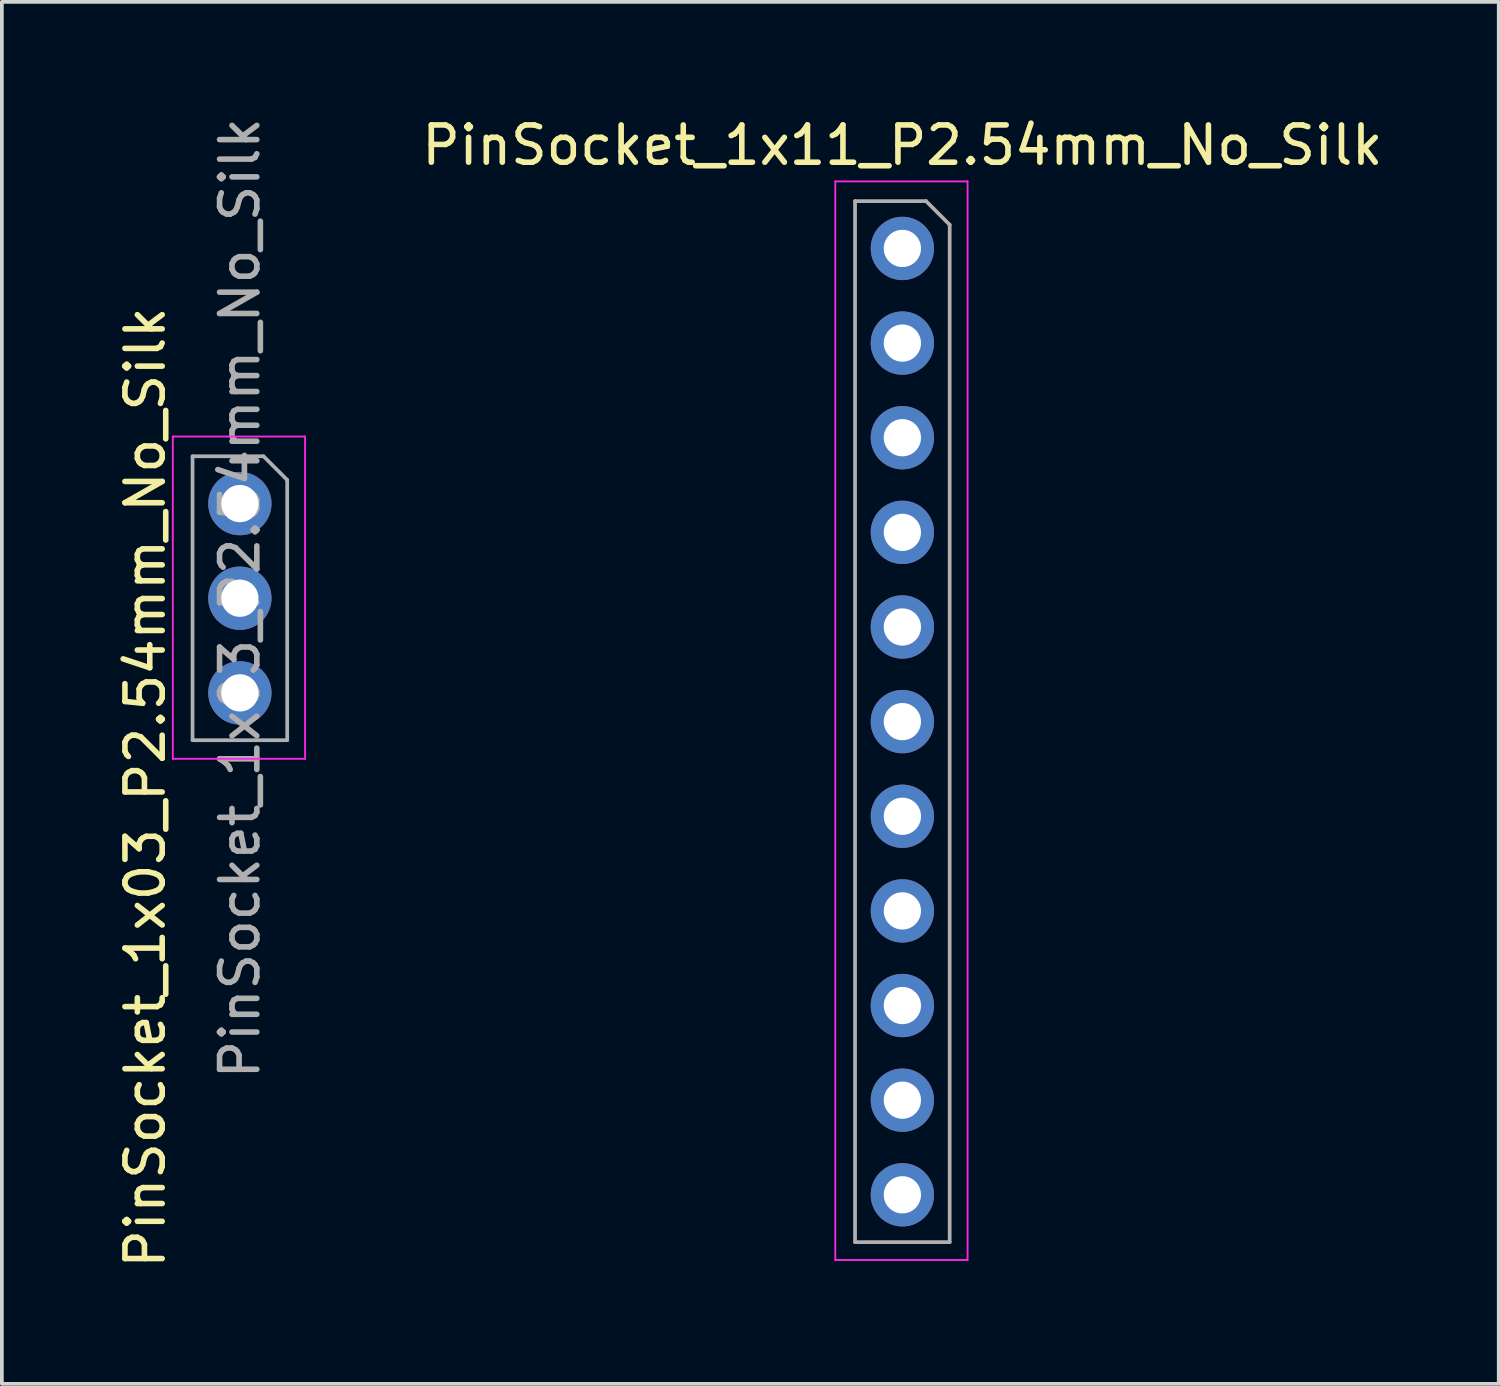
<source format=kicad_pcb>
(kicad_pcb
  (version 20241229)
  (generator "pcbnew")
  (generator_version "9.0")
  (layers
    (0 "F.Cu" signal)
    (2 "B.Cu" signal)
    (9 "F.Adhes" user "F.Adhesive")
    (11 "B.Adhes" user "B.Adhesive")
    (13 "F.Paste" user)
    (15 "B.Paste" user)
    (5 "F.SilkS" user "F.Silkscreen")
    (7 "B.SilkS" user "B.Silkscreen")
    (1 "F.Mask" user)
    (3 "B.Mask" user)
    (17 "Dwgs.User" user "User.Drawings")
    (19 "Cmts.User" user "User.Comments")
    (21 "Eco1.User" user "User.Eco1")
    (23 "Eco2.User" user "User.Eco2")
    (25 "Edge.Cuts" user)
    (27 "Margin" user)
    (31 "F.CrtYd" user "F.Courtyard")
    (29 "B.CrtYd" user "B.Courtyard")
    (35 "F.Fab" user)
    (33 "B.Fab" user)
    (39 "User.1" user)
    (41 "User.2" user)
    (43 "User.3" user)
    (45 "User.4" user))
  (footprint "PinSocket_1x11_P2.54mm_No_Silk"
    (layer "F.Cu")
    (at 21.169 3.618)
    (property "Reference" "PinSocket_1x11_P2.54mm_No_Silk" (at 0 -2.77 0) (layer "F.SilkS") (effects (font (size 1 1) (thickness 0.15))))
    (attr through_hole)
    (fp_line (start -1.8 -1.8) (end 1.75 -1.8) (stroke (width 0.05) (type solid)) (layer "F.CrtYd"))
    (fp_line (start -1.8 27.15) (end -1.8 -1.8) (stroke (width 0.05) (type solid)) (layer "F.CrtYd"))
    (fp_line (start 1.75 -1.8) (end 1.75 27.15) (stroke (width 0.05) (type solid)) (layer "F.CrtYd"))
    (fp_line (start 1.75 27.15) (end -1.8 27.15) (stroke (width 0.05) (type solid)) (layer "F.CrtYd"))
    (fp_line (start -1.27 -1.27) (end 0.635 -1.27) (stroke (width 0.1) (type solid)) (layer "F.Fab"))
    (fp_line (start -1.27 26.67) (end -1.27 -1.27) (stroke (width 0.1) (type solid)) (layer "F.Fab"))
    (fp_line (start 0.635 -1.27) (end 1.27 -0.635) (stroke (width 0.1) (type solid)) (layer "F.Fab"))
    (fp_line (start 1.27 -0.635) (end 1.27 26.67) (stroke (width 0.1) (type solid)) (layer "F.Fab"))
    (fp_line (start 1.27 26.67) (end -1.27 26.67) (stroke (width 0.1) (type solid)) (layer "F.Fab"))
    (pad "1" thru_hole circle (at 0 0) (size 1.7 1.7) (drill 1) (layers "*.Cu" "*.Mask"))
    (pad "2" thru_hole oval (at 0 2.54) (size 1.7 1.7) (drill 1) (layers "*.Cu" "*.Mask"))
    (pad "3" thru_hole oval (at 0 5.08) (size 1.7 1.7) (drill 1) (layers "*.Cu" "*.Mask"))
    (pad "4" thru_hole oval (at 0 7.62) (size 1.7 1.7) (drill 1) (layers "*.Cu" "*.Mask"))
    (pad "5" thru_hole oval (at 0 10.16) (size 1.7 1.7) (drill 1) (layers "*.Cu" "*.Mask"))
    (pad "6" thru_hole oval (at 0 12.7) (size 1.7 1.7) (drill 1) (layers "*.Cu" "*.Mask"))
    (pad "7" thru_hole oval (at 0 15.24) (size 1.7 1.7) (drill 1) (layers "*.Cu" "*.Mask"))
    (pad "8" thru_hole oval (at 0 17.78) (size 1.7 1.7) (drill 1) (layers "*.Cu" "*.Mask"))
    (pad "9" thru_hole oval (at 0 20.32) (size 1.7 1.7) (drill 1) (layers "*.Cu" "*.Mask"))
    (pad "10" thru_hole oval (at 0 22.86) (size 1.7 1.7) (drill 1) (layers "*.Cu" "*.Mask"))
    (pad "11" thru_hole oval (at 0 25.4) (size 1.7 1.7) (drill 1) (layers "*.Cu" "*.Mask")))
  (footprint "PinSocket_1x03_P2.54mm_No_Silk"
    (layer "F.Cu")
    (at 3.388 10.466)
    (property "Reference" "PinSocket_1x03_P2.54mm_No_Silk" (at -2.54 7.62 90) (layer "F.SilkS") (effects (font (size 1 1) (thickness 0.15))))
    (attr through_hole)
    (fp_line (start -1.8 -1.8) (end 1.75 -1.8) (stroke (width 0.05) (type solid)) (layer "F.CrtYd"))
    (fp_line (start -1.8 6.85) (end -1.8 -1.8) (stroke (width 0.05) (type solid)) (layer "F.CrtYd"))
    (fp_line (start 1.75 6.85) (end -1.8 6.85) (stroke (width 0.05) (type solid)) (layer "F.CrtYd"))
    (fp_line (start 1.75 -1.8) (end 1.75 6.85) (stroke (width 0.05) (type solid)) (layer "F.CrtYd"))
    (fp_line (start -1.27 6.35) (end -1.27 -1.27) (stroke (width 0.1) (type solid)) (layer "F.Fab"))
    (fp_line (start -1.27 -1.27) (end 0.635 -1.27) (stroke (width 0.1) (type solid)) (layer "F.Fab"))
    (fp_line (start 0.635 -1.27) (end 1.27 -0.635) (stroke (width 0.1) (type solid)) (layer "F.Fab"))
    (fp_line (start 1.27 -0.635) (end 1.27 6.35) (stroke (width 0.1) (type solid)) (layer "F.Fab"))
    (fp_line (start 1.27 6.35) (end -1.27 6.35) (stroke (width 0.1) (type solid)) (layer "F.Fab"))
    (fp_text user "${REFERENCE}" (at 0 2.54 90) (layer "F.Fab") (effects (font (size 1 1) (thickness 0.15))))
    (pad "1" thru_hole circle (at 0 0) (size 1.7 1.7) (drill 1) (layers "*.Cu" "*.Mask"))
    (pad "2" thru_hole oval (at 0 2.54) (size 1.7 1.7) (drill 1) (layers "*.Cu" "*.Mask"))
    (pad "3" thru_hole oval (at 0 5.08) (size 1.7 1.7) (drill 1) (layers "*.Cu" "*.Mask")))
  (gr_rect
    (start -3 -3)
    (end 37.175 34.092)
    (stroke (width 0.1) (type default))
    (fill no)
    (layer "Edge.Cuts")))
</source>
